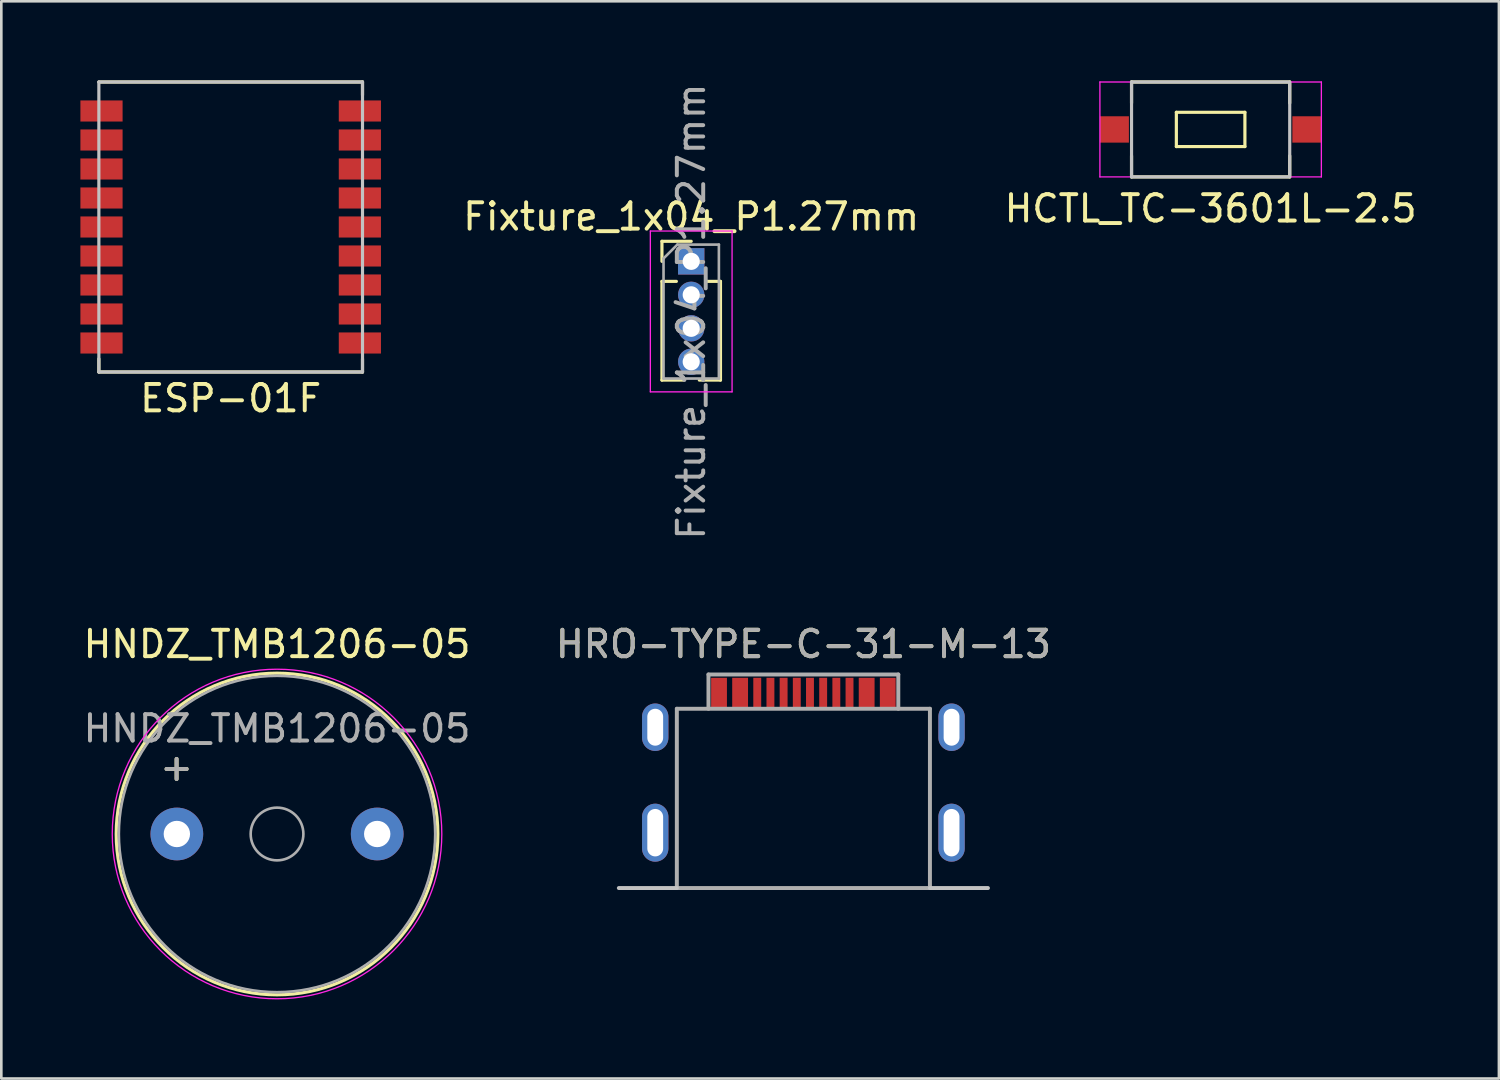
<source format=kicad_pcb>
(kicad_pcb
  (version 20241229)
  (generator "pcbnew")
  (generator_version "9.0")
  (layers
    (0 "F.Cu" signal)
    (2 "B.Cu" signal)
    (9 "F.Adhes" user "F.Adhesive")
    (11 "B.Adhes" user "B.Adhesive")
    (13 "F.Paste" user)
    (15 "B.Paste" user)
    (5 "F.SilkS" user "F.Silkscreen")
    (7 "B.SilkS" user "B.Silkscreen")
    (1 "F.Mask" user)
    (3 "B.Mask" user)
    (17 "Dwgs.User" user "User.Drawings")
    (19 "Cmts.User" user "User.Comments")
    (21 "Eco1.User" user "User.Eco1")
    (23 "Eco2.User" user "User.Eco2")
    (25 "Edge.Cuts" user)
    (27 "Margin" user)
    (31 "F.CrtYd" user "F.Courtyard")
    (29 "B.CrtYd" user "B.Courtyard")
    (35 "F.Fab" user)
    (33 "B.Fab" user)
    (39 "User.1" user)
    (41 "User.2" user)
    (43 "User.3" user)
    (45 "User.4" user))
  (footprint "HCTL_TC-3601L-2.5"
    (layer "F.Cu")
    (at 42.87 1.86)
    (property "Reference" "HCTL_TC-3601L-2.5" (at 0 3 0) (layer "F.SilkS") (effects (font (size 1 1) (thickness 0.15))))
    (attr smd)
    (fp_line (start -3 -1.8) (end 3 -1.8) (stroke (width 0.12) (type solid)) (layer "F.SilkS"))
    (fp_line (start -3 -1) (end -3 -1.8) (stroke (width 0.12) (type solid)) (layer "F.SilkS"))
    (fp_line (start -3 1) (end -3 1.8) (stroke (width 0.12) (type solid)) (layer "F.SilkS"))
    (fp_line (start -3 1.8) (end 3 1.8) (stroke (width 0.12) (type solid)) (layer "F.SilkS"))
    (fp_line (start -1.3 -0.65) (end -1.3 0.65) (stroke (width 0.12) (type solid)) (layer "F.SilkS"))
    (fp_line (start -1.3 0.65) (end 1.3 0.65) (stroke (width 0.12) (type solid)) (layer "F.SilkS"))
    (fp_line (start 1.3 -0.65) (end -1.3 -0.65) (stroke (width 0.12) (type solid)) (layer "F.SilkS"))
    (fp_line (start 1.3 0.65) (end 1.3 -0.65) (stroke (width 0.12) (type solid)) (layer "F.SilkS"))
    (fp_line (start 3 -1.8) (end 3 -1) (stroke (width 0.12) (type solid)) (layer "F.SilkS"))
    (fp_line (start 3 1.8) (end 3 1) (stroke (width 0.12) (type solid)) (layer "F.SilkS"))
    (fp_line (start -3 -1.8) (end -3 1.8) (stroke (width 0.12) (type solid)) (layer "Dwgs.User"))
    (fp_line (start -3 1.8) (end 3 1.8) (stroke (width 0.12) (type solid)) (layer "Dwgs.User"))
    (fp_line (start 3 -1.8) (end -3 -1.8) (stroke (width 0.12) (type solid)) (layer "Dwgs.User"))
    (fp_line (start 3 1.75) (end 3 -1.75) (stroke (width 0.12) (type solid)) (layer "Dwgs.User"))
    (fp_line (start -4.2 -1.8) (end -4.2 1.8) (stroke (width 0.05) (type solid)) (layer "F.CrtYd"))
    (fp_line (start -4.2 1.8) (end 4.2 1.8) (stroke (width 0.05) (type solid)) (layer "F.CrtYd"))
    (fp_line (start 4.2 -1.8) (end -4.2 -1.8) (stroke (width 0.05) (type solid)) (layer "F.CrtYd"))
    (fp_line (start 4.2 1.8) (end 4.2 -1.8) (stroke (width 0.05) (type solid)) (layer "F.CrtYd"))
    (pad "1" smd rect (at -3.65 0) (size 1.1 1) (layers "F.Cu" "F.Mask" "F.Paste"))
    (pad "2" smd rect (at 3.65 0) (size 1.1 1) (layers "F.Cu" "F.Mask" "F.Paste")))
  (footprint "HNDZ_TMB1206-05"
    (layer "F.Cu")
    (at 3.658 28.584)
    (property "Reference" "HNDZ_TMB1206-05" (at 3.8 -7.2 0) (layer "F.SilkS") (effects (font (size 1 1) (thickness 0.15))))
    (attr through_hole)
    (fp_circle (center 3.8 0) (end 9.9 0) (stroke (width 0.12) (type solid)) (fill no) (layer "F.SilkS"))
    (fp_circle (center 3.8 0) (end 10.05 0) (stroke (width 0.05) (type solid)) (fill no) (layer "F.CrtYd"))
    (fp_circle (center 3.8 0) (end 4.8 0) (stroke (width 0.1) (type solid)) (fill no) (layer "F.Fab"))
    (fp_circle (center 3.8 0) (end 9.8 0) (stroke (width 0.1) (type solid)) (fill no) (layer "F.Fab"))
    (fp_text user "+" (at -0.01 -2.54 0) (layer "F.SilkS") (effects (font (size 1 1) (thickness 0.15))))
    (fp_text user "${REFERENCE}" (at 3.8 -4 0) (layer "F.Fab") (effects (font (size 1 1) (thickness 0.15))))
    (fp_text user "+" (at -0.01 -2.54 0) (layer "F.Fab") (effects (font (size 1 1) (thickness 0.15))))
    (pad "1" thru_hole circle (at 0 0) (size 2 2) (drill 1) (layers "*.Cu" "*.Mask"))
    (pad "2" thru_hole circle (at 7.6 0) (size 2 2) (drill 1) (layers "*.Cu" "*.Mask")))
  (footprint "ESP-01F"
    (layer "F.Cu")
    (at 5.7 5.56)
    (property "Reference" "ESP-01F" (at 0 6.5 0) (layer "F.SilkS") (effects (font (size 1 1) (thickness 0.15))))
    (attr through_hole)
    (fp_line (start -5 -5.5) (end 5 -5.5) (stroke (width 0.12) (type solid)) (layer "F.SilkS"))
    (fp_line (start -5 5.5) (end -5 5) (stroke (width 0.12) (type solid)) (layer "F.SilkS"))
    (fp_line (start -5 5.5) (end 5 5.5) (stroke (width 0.12) (type solid)) (layer "F.SilkS"))
    (fp_line (start 5 -5.5) (end 5 -5) (stroke (width 0.12) (type solid)) (layer "F.SilkS"))
    (fp_line (start 5 5.5) (end 5 5) (stroke (width 0.12) (type solid)) (layer "F.SilkS"))
    (fp_line (start -5 -5.5) (end -5 5.5) (stroke (width 0.12) (type solid)) (layer "Dwgs.User"))
    (fp_line (start -5 5.5) (end 5 5.5) (stroke (width 0.12) (type solid)) (layer "Dwgs.User"))
    (fp_line (start 5 -5.5) (end -5 -5.5) (stroke (width 0.12) (type solid)) (layer "Dwgs.User"))
    (fp_line (start 5 5.5) (end 5 -5.5) (stroke (width 0.12) (type solid)) (layer "Dwgs.User"))
    (pad "1" smd rect (at -4.9 -4.4) (size 1.6 0.8) (layers "F.Cu" "F.Mask" "F.Paste"))
    (pad "2" smd rect (at -4.9 -3.3) (size 1.6 0.8) (layers "F.Cu" "F.Mask" "F.Paste"))
    (pad "3" smd rect (at -4.9 -2.2) (size 1.6 0.8) (layers "F.Cu" "F.Mask" "F.Paste"))
    (pad "4" smd rect (at -4.9 -1.1) (size 1.6 0.8) (layers "F.Cu" "F.Mask" "F.Paste"))
    (pad "5" smd rect (at -4.9 0) (size 1.6 0.8) (layers "F.Cu" "F.Mask" "F.Paste"))
    (pad "6" smd rect (at -4.9 1.1) (size 1.6 0.8) (layers "F.Cu" "F.Mask" "F.Paste"))
    (pad "7" smd rect (at -4.9 2.2) (size 1.6 0.8) (layers "F.Cu" "F.Mask" "F.Paste"))
    (pad "8" smd rect (at -4.9 3.3) (size 1.6 0.8) (layers "F.Cu" "F.Mask" "F.Paste"))
    (pad "9" smd rect (at -4.9 4.4) (size 1.6 0.8) (layers "F.Cu" "F.Mask" "F.Paste"))
    (pad "10" smd rect (at 4.9 4.4) (size 1.6 0.8) (layers "F.Cu" "F.Mask" "F.Paste"))
    (pad "11" smd rect (at 4.9 3.3) (size 1.6 0.8) (layers "F.Cu" "F.Mask" "F.Paste"))
    (pad "12" smd rect (at 4.9 2.2) (size 1.6 0.8) (layers "F.Cu" "F.Mask" "F.Paste"))
    (pad "13" smd rect (at 4.9 1.1) (size 1.6 0.8) (layers "F.Cu" "F.Mask" "F.Paste"))
    (pad "14" smd rect (at 4.9 0) (size 1.6 0.8) (layers "F.Cu" "F.Mask" "F.Paste"))
    (pad "15" smd rect (at 4.9 -1.1) (size 1.6 0.8) (layers "F.Cu" "F.Mask" "F.Paste"))
    (pad "16" smd rect (at 4.9 -2.2) (size 1.6 0.8) (layers "F.Cu" "F.Mask" "F.Paste"))
    (pad "17" smd rect (at 4.9 -3.3) (size 1.6 0.8) (layers "F.Cu" "F.Mask" "F.Paste"))
    (pad "18" smd rect (at 4.9 -4.4) (size 1.6 0.8) (layers "F.Cu" "F.Mask" "F.Paste")))
  (footprint "HRO-TYPE-C-31-M-13"
    (layer "F.Cu")
    (at 27.423 30.634)
    (property "Reference" "HRO-TYPE-C-31-M-13" (at 0 -9.25 0) (layer "F.SilkS") (effects (font (size 1 1) (thickness 0.15))))
    (attr smd)
    (fp_line (start -4.8 0) (end -7 0) (stroke (width 0.15) (type solid)) (layer "Dwgs.User"))
    (fp_line (start 7 0) (end 4.8 0) (stroke (width 0.15) (type solid)) (layer "Dwgs.User"))
    (fp_line (start -4.8 -6.8) (end -4.8 0) (stroke (width 0.15) (type solid)) (layer "F.Fab"))
    (fp_line (start -3.6 -8.1) (end 3.6 -8.1) (stroke (width 0.15) (type solid)) (layer "F.Fab"))
    (fp_line (start -3.6 -6.8) (end -3.6 -8.1) (stroke (width 0.15) (type solid)) (layer "F.Fab"))
    (fp_line (start 3.6 -8.1) (end 3.6 -6.8) (stroke (width 0.15) (type solid)) (layer "F.Fab"))
    (fp_line (start 4.8 -6.8) (end -4.8 -6.8) (stroke (width 0.15) (type solid)) (layer "F.Fab"))
    (fp_line (start 4.8 -6.8) (end 4.8 0) (stroke (width 0.15) (type solid)) (layer "F.Fab"))
    (fp_line (start 4.8 0) (end -4.8 0) (stroke (width 0.15) (type solid)) (layer "F.Fab"))
    (fp_text user "${REFERENCE}" (at 0 -9.25 0) (layer "F.Fab") (effects (font (size 1 1) (thickness 0.15))))
    (pad "1" smd rect (at -3.2 -7.4) (size 0.6 1.15) (layers "F.Cu" "F.Mask" "F.Paste"))
    (pad "2" smd rect (at -2.4 -7.4) (size 0.6 1.15) (layers "F.Cu" "F.Mask" "F.Paste"))
    (pad "3" smd rect (at -1.75 -7.4) (size 0.3 1.15) (layers "F.Cu" "F.Mask" "F.Paste"))
    (pad "4" smd rect (at -1.25 -7.4) (size 0.3 1.15) (layers "F.Cu" "F.Mask" "F.Paste"))
    (pad "5" smd rect (at -0.75 -7.4) (size 0.3 1.15) (layers "F.Cu" "F.Mask" "F.Paste"))
    (pad "6" smd rect (at -0.25 -7.4) (size 0.3 1.15) (layers "F.Cu" "F.Mask" "F.Paste"))
    (pad "7" smd rect (at 0.25 -7.4) (size 0.3 1.15) (layers "F.Cu" "F.Mask" "F.Paste"))
    (pad "8" smd rect (at 0.75 -7.4) (size 0.3 1.15) (layers "F.Cu" "F.Mask" "F.Paste"))
    (pad "9" smd rect (at 1.25 -7.4) (size 0.3 1.15) (layers "F.Cu" "F.Mask" "F.Paste"))
    (pad "10" smd rect (at 1.75 -7.4) (size 0.3 1.15) (layers "F.Cu" "F.Mask" "F.Paste"))
    (pad "11" smd rect (at 2.4 -7.4) (size 0.6 1.15) (layers "F.Cu" "F.Mask" "F.Paste"))
    (pad "12" smd rect (at 3.2 -7.4) (size 0.6 1.15) (layers "F.Cu" "F.Mask" "F.Paste"))
    (pad "13" thru_hole oval (at -5.62 -6.1) (size 1 1.8) (drill oval 0.6 1.4) (layers "*.Cu" "*.Mask"))
    (pad "13" thru_hole oval (at -5.62 -2.1) (size 1 2.2) (drill oval 0.6 1.8) (layers "*.Cu" "*.Mask"))
    (pad "13" thru_hole oval (at 5.62 -6.1) (size 1 1.8) (drill oval 0.6 1.4) (layers "*.Cu" "*.Mask"))
    (pad "13" thru_hole oval (at 5.62 -2.1) (size 1 2.2) (drill oval 0.6 1.8) (layers "*.Cu" "*.Mask")))
  (footprint "Fixture_1x04_P1.27mm"
    (layer "F.Cu")
    (at 23.168 6.863)
    (property "Reference" "Fixture_1x04_P1.27mm" (at 0 -1.695 0) (layer "F.SilkS") (effects (font (size 1 1) (thickness 0.15))))
    (attr through_hole)
    (fp_line (start -1.11 -0.76) (end 0 -0.76) (stroke (width 0.12) (type solid)) (layer "F.SilkS"))
    (fp_line (start -1.11 0) (end -1.11 -0.76) (stroke (width 0.12) (type solid)) (layer "F.SilkS"))
    (fp_line (start -1.11 0.76) (end -1.11 4.505) (stroke (width 0.12) (type solid)) (layer "F.SilkS"))
    (fp_line (start -1.11 0.76) (end -0.563 0.76) (stroke (width 0.12) (type solid)) (layer "F.SilkS"))
    (fp_line (start -1.11 4.505) (end -0.308 4.505) (stroke (width 0.12) (type solid)) (layer "F.SilkS"))
    (fp_line (start 0.308 4.505) (end 1.11 4.505) (stroke (width 0.12) (type solid)) (layer "F.SilkS"))
    (fp_line (start 0.563 0.76) (end 1.11 0.76) (stroke (width 0.12) (type solid)) (layer "F.SilkS"))
    (fp_line (start 1.11 0.76) (end 1.11 4.505) (stroke (width 0.12) (type solid)) (layer "F.SilkS"))
    (fp_line (start -1.55 -1.15) (end -1.55 4.95) (stroke (width 0.05) (type solid)) (layer "F.CrtYd"))
    (fp_line (start -1.55 4.95) (end 1.55 4.95) (stroke (width 0.05) (type solid)) (layer "F.CrtYd"))
    (fp_line (start 1.55 -1.15) (end -1.55 -1.15) (stroke (width 0.05) (type solid)) (layer "F.CrtYd"))
    (fp_line (start 1.55 4.95) (end 1.55 -1.15) (stroke (width 0.05) (type solid)) (layer "F.CrtYd"))
    (fp_line (start -1.05 -0.11) (end -0.525 -0.635) (stroke (width 0.1) (type solid)) (layer "F.Fab"))
    (fp_line (start -1.05 4.445) (end -1.05 -0.11) (stroke (width 0.1) (type solid)) (layer "F.Fab"))
    (fp_line (start -0.525 -0.635) (end 1.05 -0.635) (stroke (width 0.1) (type solid)) (layer "F.Fab"))
    (fp_line (start 1.05 -0.635) (end 1.05 4.445) (stroke (width 0.1) (type solid)) (layer "F.Fab"))
    (fp_line (start 1.05 4.445) (end -1.05 4.445) (stroke (width 0.1) (type solid)) (layer "F.Fab"))
    (fp_text user "${REFERENCE}" (at 0 1.905 90) (layer "F.Fab") (effects (font (size 1 1) (thickness 0.15))))
    (pad "1" thru_hole rect (at 0 0) (size 1 1) (drill 0.65) (layers "*.Cu" "*.Mask"))
    (pad "2" thru_hole oval (at 0 1.27) (size 1 1) (drill 0.65) (layers "*.Cu" "*.Mask"))
    (pad "3" thru_hole oval (at 0 2.54) (size 1 1) (drill 0.65) (layers "*.Cu" "*.Mask"))
    (pad "4" thru_hole oval (at 0 3.81) (size 1 1) (drill 0.65) (layers "*.Cu" "*.Mask")))
  (gr_rect
    (start -3 -3)
    (end 53.805 37.859)
    (stroke (width 0.1) (type default))
    (fill no)
    (layer "Edge.Cuts")))
</source>
